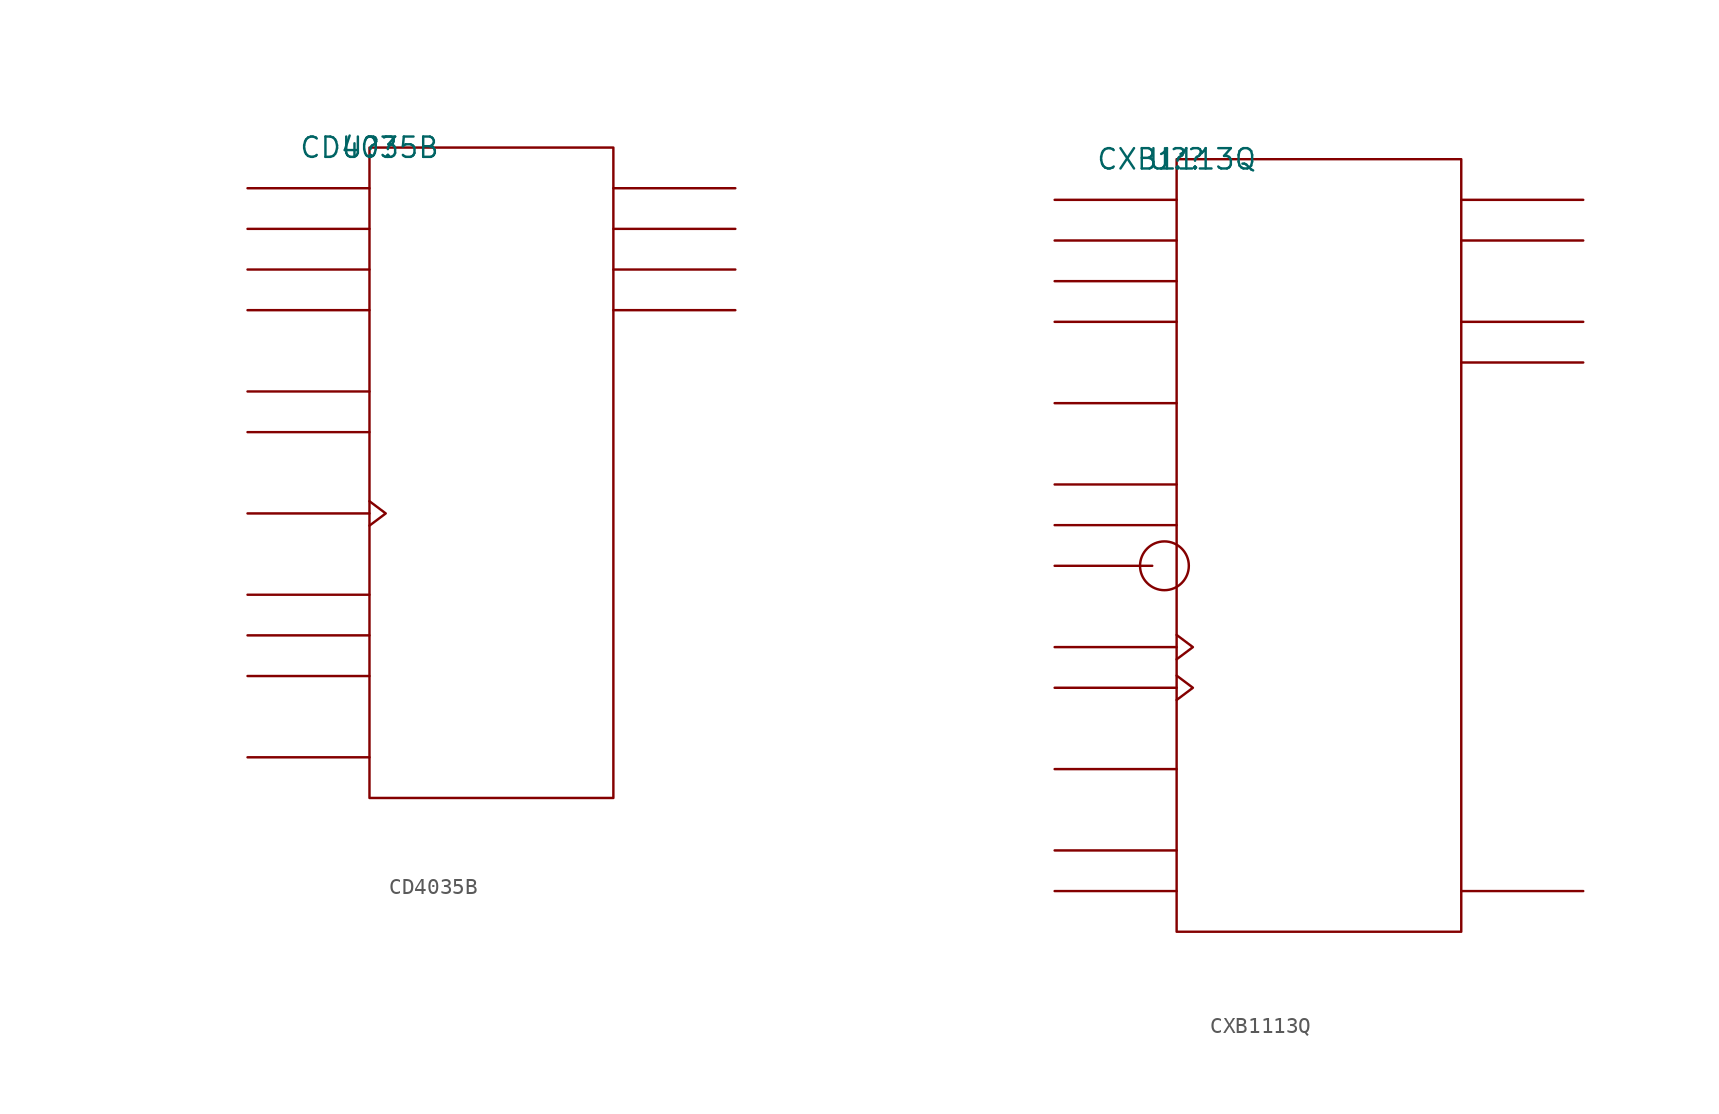
<source format=kicad_sym>
(kicad_symbol_lib
  (version 20211014)
  (generator kicad_symbol_editor)
  (symbol "CD4035B"
    (pin_names
      (offset 0.762))
    (property "Reference" "U?"
      (at 0 0 0)
      (effects (font (size 1.27 1.27))))
    (property "Value" "CD4035B"
      (at 0 0 0)
      (effects (font (size 1.27 1.27))))
    (symbol "CD4035B_0_1"
      (rectangle (start 0 -40.64) (end 15.24 0) (stroke (width 0) (type default) (color 0 0 0 0)) (fill (type none)))
      (polyline (pts (xy 0 -38.1) (xy -7.62 -38.1)) (stroke (width 0) (type default) (color 0 0 0 0)) (fill (type none)))
      (polyline (pts (xy 0 -33.02) (xy -7.62 -33.02)) (stroke (width 0) (type default) (color 0 0 0 0)) (fill (type none)))
      (polyline (pts (xy 0 -30.48) (xy -7.62 -30.48)) (stroke (width 0) (type default) (color 0 0 0 0)) (fill (type none)))
      (polyline (pts (xy 0 -27.94) (xy -7.62 -27.94)) (stroke (width 0) (type default) (color 0 0 0 0)) (fill (type none)))
      (polyline (pts (xy 0 -22.86) (xy -7.62 -22.86)) (stroke (width 0) (type default) (color 0 0 0 0)) (fill (type none)))
      (polyline (pts (xy 0 -17.78) (xy -7.62 -17.78)) (stroke (width 0) (type default) (color 0 0 0 0)) (fill (type none)))
      (polyline (pts (xy 0 -15.24) (xy -7.62 -15.24)) (stroke (width 0) (type default) (color 0 0 0 0)) (fill (type none)))
      (polyline (pts (xy 0 -10.16) (xy -7.62 -10.16)) (stroke (width 0) (type default) (color 0 0 0 0)) (fill (type none)))
      (polyline (pts (xy 0 -7.62) (xy -7.62 -7.62)) (stroke (width 0) (type default) (color 0 0 0 0)) (fill (type none)))
      (polyline (pts (xy 0 -5.08) (xy -7.62 -5.08)) (stroke (width 0) (type default) (color 0 0 0 0)) (fill (type none)))
      (polyline (pts (xy 0 -2.54) (xy -7.62 -2.54)) (stroke (width 0) (type default) (color 0 0 0 0)) (fill (type none)))
      (polyline (pts (xy 15.24 -10.16) (xy 22.86 -10.16)) (stroke (width 0) (type default) (color 0 0 0 0)) (fill (type none)))
      (polyline (pts (xy 15.24 -7.62) (xy 22.86 -7.62)) (stroke (width 0) (type default) (color 0 0 0 0)) (fill (type none)))
      (polyline (pts (xy 15.24 -5.08) (xy 22.86 -5.08)) (stroke (width 0) (type default) (color 0 0 0 0)) (fill (type none)))
      (polyline (pts (xy 15.24 -2.54) (xy 22.86 -2.54)) (stroke (width 0) (type default) (color 0 0 0 0)) (fill (type none)))
      (polyline (pts (xy 0 -22.098) (xy 1.016 -22.86) (xy 0 -23.622)) (stroke (width 0) (type default) (color 0 0 0 0)) (fill (type none))))
    (symbol "CD4035B_1_1"
      (pin unspecified line (at 22.86 -2.54 180) (length 7.62) hide (name "Q0/Q\\0\\" (effects (font (size 1.245 1.245)))) (number "1" (effects (font (size 1.245 1.245)))))
      (pin unspecified line (at -7.62 -5.08 0) (length 7.62) hide (name "P1" (effects (font (size 1.245 1.245)))) (number "10" (effects (font (size 1.245 1.245)))))
      (pin unspecified line (at -7.62 -7.62 0) (length 7.62) hide (name "P2" (effects (font (size 1.245 1.245)))) (number "11" (effects (font (size 1.245 1.245)))))
      (pin unspecified line (at -7.62 -10.16 0) (length 7.62) hide (name "P3" (effects (font (size 1.245 1.245)))) (number "12" (effects (font (size 1.245 1.245)))))
      (pin unspecified line (at 22.86 -10.16 180) (length 7.62) hide (name "Q3/Q\\3\\" (effects (font (size 1.245 1.245)))) (number "13" (effects (font (size 1.245 1.245)))))
      (pin unspecified line (at 22.86 -7.62 180) (length 7.62) hide (name "Q2/Q\\2\\" (effects (font (size 1.245 1.245)))) (number "14" (effects (font (size 1.245 1.245)))))
      (pin unspecified line (at 22.86 -5.08 180) (length 7.62) hide (name "Q1/Q\\1\\" (effects (font (size 1.245 1.245)))) (number "15" (effects (font (size 1.245 1.245)))))
      (pin power_in line (at -7.62 -38.1 0) (length 7.62) hide (name "VDD" (effects (font (size 1.245 1.245)))) (number "16" (effects (font (size 1.245 1.245)))))
      (pin unspecified line (at -7.62 -33.02 0) (length 7.62) hide (name "T/C" (effects (font (size 1.245 1.245)))) (number "2" (effects (font (size 1.245 1.245)))))
      (pin unspecified line (at -7.62 -17.78 0) (length 7.62) hide (name "K\\" (effects (font (size 1.245 1.245)))) (number "3" (effects (font (size 1.245 1.245)))))
      (pin unspecified line (at -7.62 -15.24 0) (length 7.62) hide (name "J" (effects (font (size 1.245 1.245)))) (number "4" (effects (font (size 1.245 1.245)))))
      (pin unspecified line (at -7.62 -30.48 0) (length 7.62) hide (name "RST" (effects (font (size 1.245 1.245)))) (number "5" (effects (font (size 1.245 1.245)))))
      (pin unspecified line (at -7.62 -22.86 180) (length 7.62) hide (name "CLK" (effects (font (size 1.245 1.245)))) (number "6" (effects (font (size 1.245 1.245)))))
      (pin unspecified line (at -7.62 -27.94 0) (length 7.62) hide (name "P/S" (effects (font (size 1.245 1.245)))) (number "7" (effects (font (size 1.245 1.245)))))
      (pin power_in line (at 7.62 -40.64 0) (length 7.62) hide (name "GND" (effects (font (size 1.245 1.245)))) (number "8" (effects (font (size 1.245 1.245)))))
      (pin unspecified line (at -7.62 -2.54 0) (length 7.62) hide (name "P0" (effects (font (size 1.245 1.245)))) (number "9" (effects (font (size 1.245 1.245)))))))
  (symbol "CXB1113Q"
    (pin_names
      (offset 0.762))
    (property "Reference" "U?"
      (at 0 0 0)
      (effects (font (size 1.27 1.27))))
    (property "Value" "CXB1113Q"
      (at 0 0 0)
      (effects (font (size 1.27 1.27))))
    (symbol "CXB1113Q_0_1"
      (circle (center -0.762 -25.4) (radius 1.524) (stroke (width 0) (type default) (color 0 0 0 0)) (fill (type none)))
      (rectangle (start 0 -48.26) (end 17.78 0) (stroke (width 0) (type default) (color 0 0 0 0)) (fill (type none)))
      (polyline (pts (xy -1.524 -25.4) (xy -7.62 -25.4)) (stroke (width 0) (type default) (color 0 0 0 0)) (fill (type none)))
      (polyline (pts (xy 0 -45.72) (xy -7.62 -45.72)) (stroke (width 0) (type default) (color 0 0 0 0)) (fill (type none)))
      (polyline (pts (xy 0 -43.18) (xy -7.62 -43.18)) (stroke (width 0) (type default) (color 0 0 0 0)) (fill (type none)))
      (polyline (pts (xy 0 -38.1) (xy -7.62 -38.1)) (stroke (width 0) (type default) (color 0 0 0 0)) (fill (type none)))
      (polyline (pts (xy 0 -33.02) (xy -7.62 -33.02)) (stroke (width 0) (type default) (color 0 0 0 0)) (fill (type none)))
      (polyline (pts (xy 0 -30.48) (xy -7.62 -30.48)) (stroke (width 0) (type default) (color 0 0 0 0)) (fill (type none)))
      (polyline (pts (xy 0 -22.86) (xy -7.62 -22.86)) (stroke (width 0) (type default) (color 0 0 0 0)) (fill (type none)))
      (polyline (pts (xy 0 -20.32) (xy -7.62 -20.32)) (stroke (width 0) (type default) (color 0 0 0 0)) (fill (type none)))
      (polyline (pts (xy 0 -15.24) (xy -7.62 -15.24)) (stroke (width 0) (type default) (color 0 0 0 0)) (fill (type none)))
      (polyline (pts (xy 0 -10.16) (xy -7.62 -10.16)) (stroke (width 0) (type default) (color 0 0 0 0)) (fill (type none)))
      (polyline (pts (xy 0 -7.62) (xy -7.62 -7.62)) (stroke (width 0) (type default) (color 0 0 0 0)) (fill (type none)))
      (polyline (pts (xy 0 -5.08) (xy -7.62 -5.08)) (stroke (width 0) (type default) (color 0 0 0 0)) (fill (type none)))
      (polyline (pts (xy 0 -2.54) (xy -7.62 -2.54)) (stroke (width 0) (type default) (color 0 0 0 0)) (fill (type none)))
      (polyline (pts (xy 17.78 -45.72) (xy 25.4 -45.72)) (stroke (width 0) (type default) (color 0 0 0 0)) (fill (type none)))
      (polyline (pts (xy 17.78 -12.7) (xy 25.4 -12.7)) (stroke (width 0) (type default) (color 0 0 0 0)) (fill (type none)))
      (polyline (pts (xy 17.78 -10.16) (xy 25.4 -10.16)) (stroke (width 0) (type default) (color 0 0 0 0)) (fill (type none)))
      (polyline (pts (xy 17.78 -5.08) (xy 25.4 -5.08)) (stroke (width 0) (type default) (color 0 0 0 0)) (fill (type none)))
      (polyline (pts (xy 17.78 -2.54) (xy 25.4 -2.54)) (stroke (width 0) (type default) (color 0 0 0 0)) (fill (type none)))
      (polyline (pts (xy 0 -32.258) (xy 1.016 -33.02) (xy 0 -33.782)) (stroke (width 0) (type default) (color 0 0 0 0)) (fill (type none)))
      (polyline (pts (xy 0 -29.718) (xy 1.016 -30.48) (xy 0 -31.242)) (stroke (width 0) (type default) (color 0 0 0 0)) (fill (type none))))
    (symbol "CXB1113Q_1_1"
      (pin unspecified line (at -7.62 -38.1 0) (length 7.62) hide (name "VBB" (effects (font (size 1.245 1.245)))) (number "1" (effects (font (size 1.245 1.245)))))
      (pin power_in line (at -7.62 -43.18 0) (length 7.62) hide (name "VCCA" (effects (font (size 1.245 1.245)))) (number "10" (effects (font (size 1.245 1.245)))))
      (pin unspecified line (at 25.4 -5.08 180) (length 7.62) hide (name "Q\\" (effects (font (size 1.245 1.245)))) (number "11" (effects (font (size 1.245 1.245)))))
      (pin unspecified line (at 25.4 -2.54 180) (length 7.62) hide (name "Q" (effects (font (size 1.245 1.245)))) (number "12" (effects (font (size 1.245 1.245)))))
      (pin unspecified line (at -7.62 -10.16 0) (length 7.62) hide (name "D3" (effects (font (size 1.245 1.245)))) (number "14" (effects (font (size 1.245 1.245)))))
      (pin unspecified line (at -7.62 -7.62 0) (length 7.62) hide (name "D2" (effects (font (size 1.245 1.245)))) (number "15" (effects (font (size 1.245 1.245)))))
      (pin unspecified line (at -7.62 -5.08 0) (length 7.62) hide (name "D1" (effects (font (size 1.245 1.245)))) (number "16" (effects (font (size 1.245 1.245)))))
      (pin unspecified line (at -7.62 -2.54 0) (length 7.62) hide (name "D0" (effects (font (size 1.245 1.245)))) (number "17" (effects (font (size 1.245 1.245)))))
      (pin unspecified line (at -7.62 -20.32 0) (length 7.62) hide (name "LS" (effects (font (size 1.245 1.245)))) (number "2" (effects (font (size 1.245 1.245)))))
      (pin unspecified line (at -7.62 -15.24 0) (length 7.62) hide (name "SIN" (effects (font (size 1.245 1.245)))) (number "20" (effects (font (size 1.245 1.245)))))
      (pin power_in line (at 25.4 -45.72 180) (length 7.62) hide (name "VEE" (effects (font (size 1.245 1.245)))) (number "21" (effects (font (size 1.245 1.245)))))
      (pin power_in line (at -7.62 -45.72 0) (length 7.62) hide (name "VCCA" (effects (font (size 1.245 1.245)))) (number "22" (effects (font (size 1.245 1.245)))))
      (pin unspecified line (at -7.62 -30.48 180) (length 7.62) hide (name "C" (effects (font (size 1.245 1.245)))) (number "23" (effects (font (size 1.245 1.245)))))
      (pin unspecified line (at -7.62 -33.02 180) (length 7.62) hide (name "C\\" (effects (font (size 1.245 1.245)))) (number "24" (effects (font (size 1.245 1.245)))))
      (pin unspecified line (at -7.62 -25.4 180) (length 7.62) hide (name "EL" (effects (font (size 1.245 1.245)))) (number "3" (effects (font (size 1.245 1.245)))))
      (pin unspecified line (at -7.62 -22.86 0) (length 7.62) hide (name "ST" (effects (font (size 1.245 1.245)))) (number "4" (effects (font (size 1.245 1.245)))))
      (pin unspecified line (at 25.4 -12.7 180) (length 7.62) hide (name "T\\R\\I\\G\\" (effects (font (size 1.245 1.245)))) (number "7" (effects (font (size 1.245 1.245)))))
      (pin unspecified line (at 25.4 -10.16 180) (length 7.62) hide (name "TRIG" (effects (font (size 1.245 1.245)))) (number "8" (effects (font (size 1.245 1.245)))))
      (pin power_in line (at 5.08 0 0) (length 7.62) hide (name "VCC" (effects (font (size 1.245 1.245)))) (number "9" (effects (font (size 1.245 1.245))))))))
</source>
